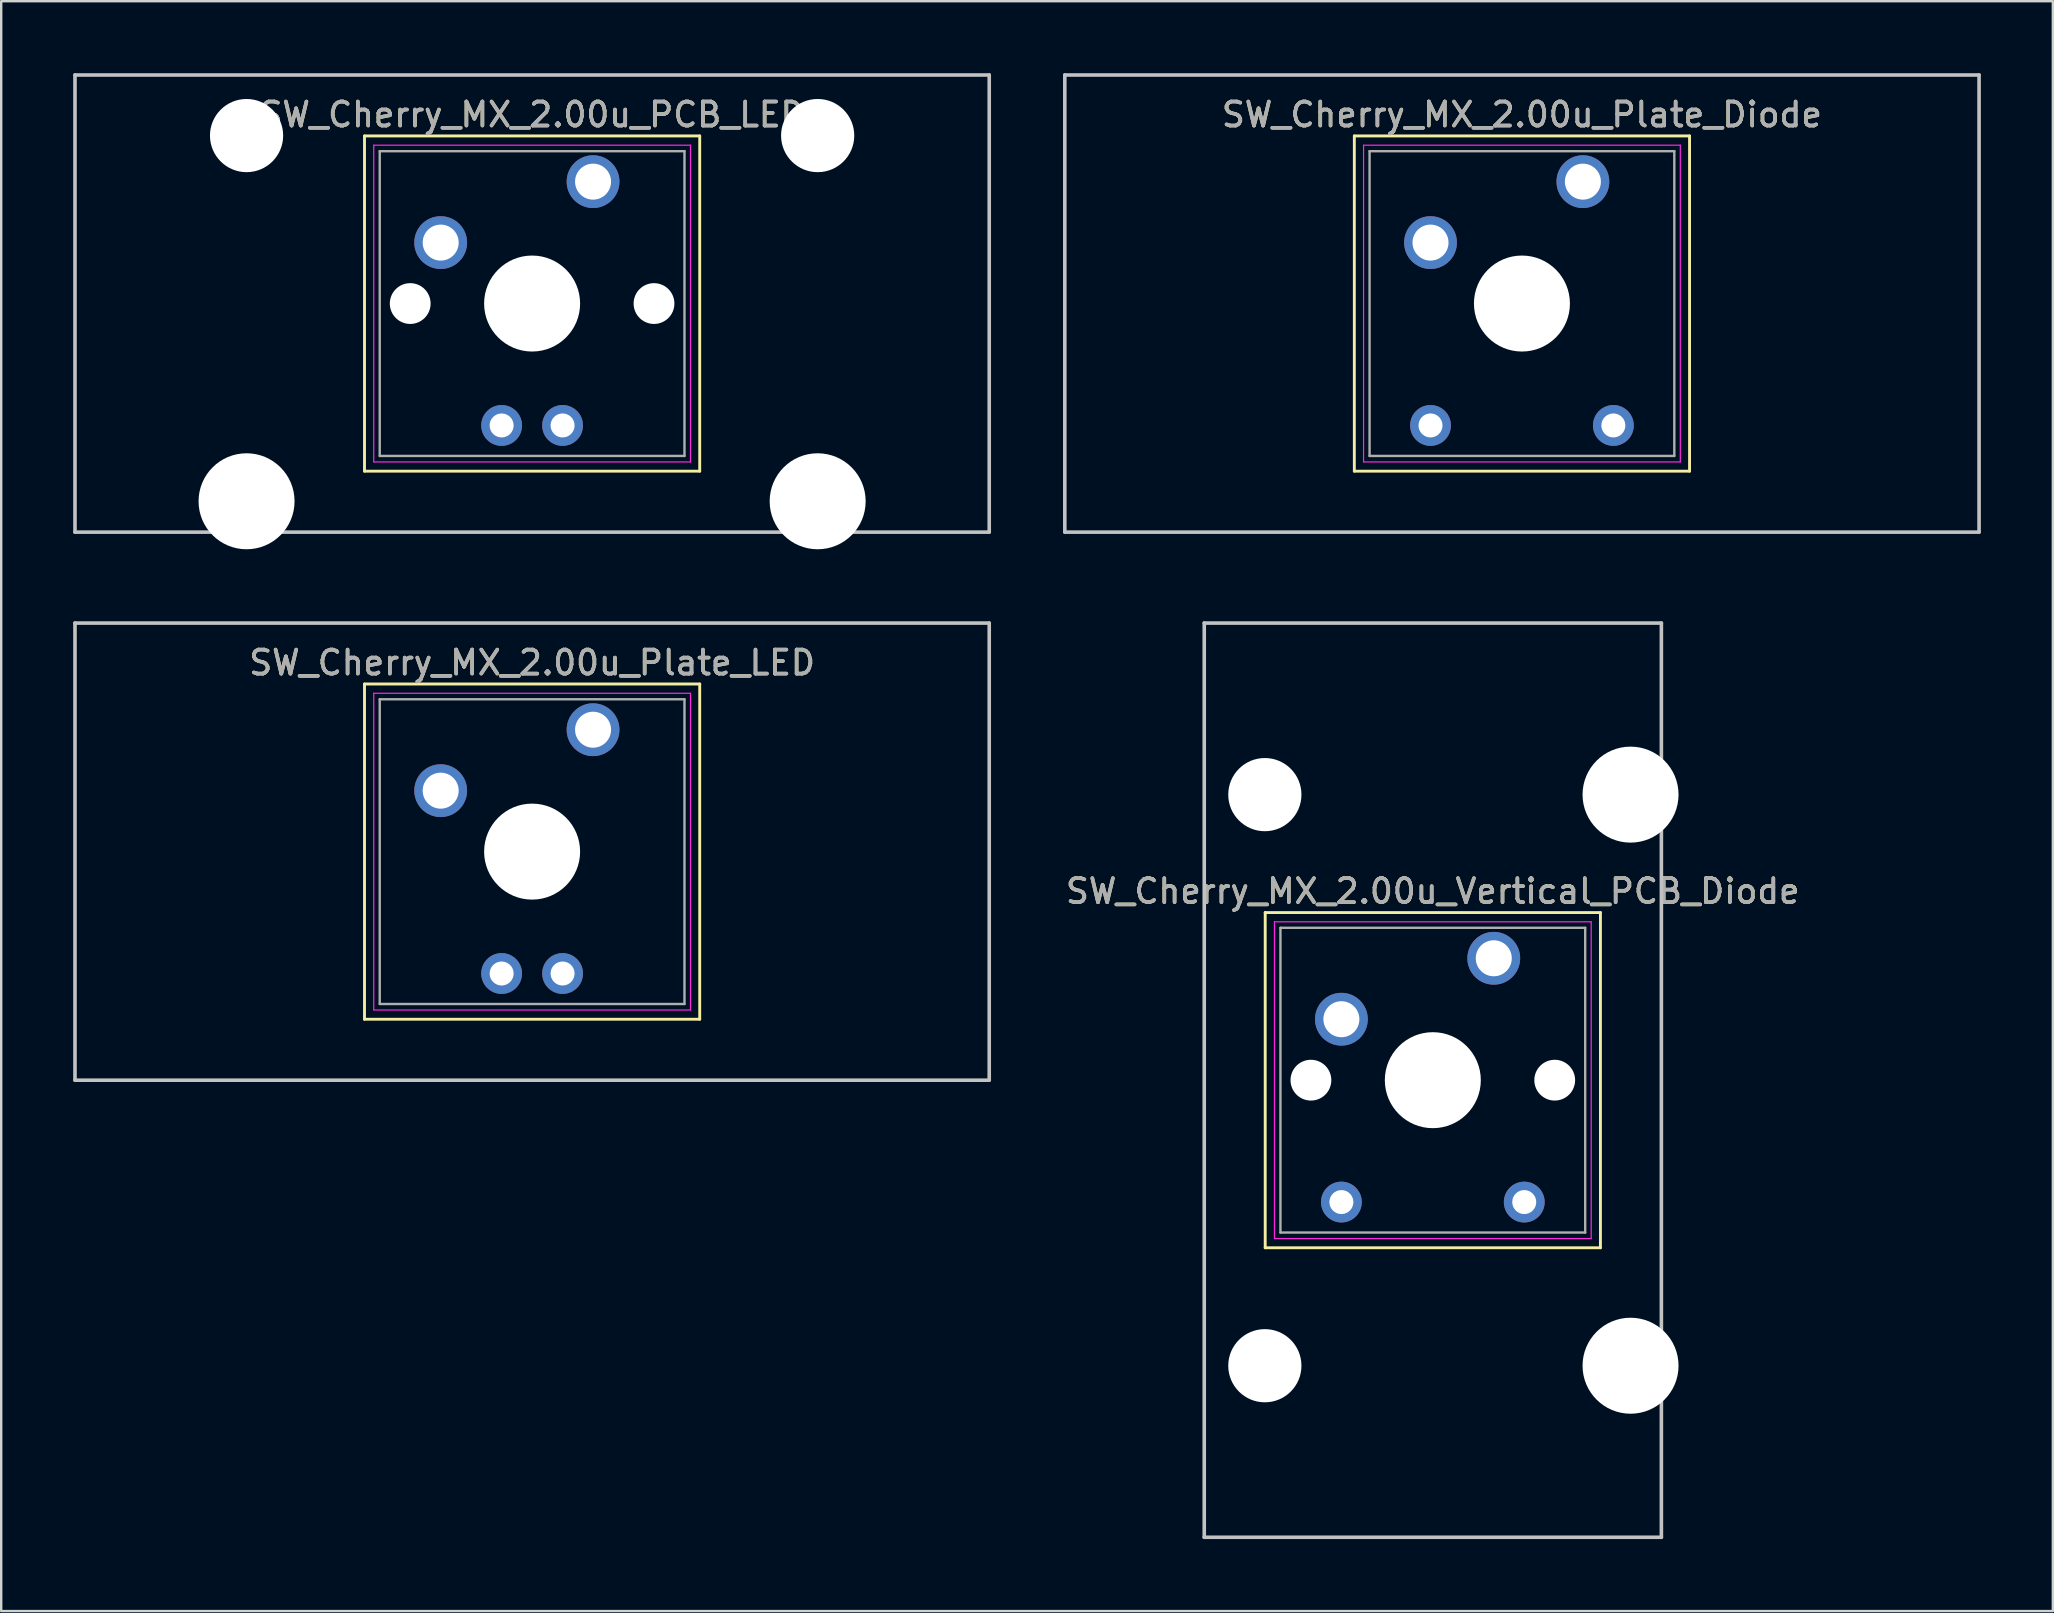
<source format=kicad_pcb>
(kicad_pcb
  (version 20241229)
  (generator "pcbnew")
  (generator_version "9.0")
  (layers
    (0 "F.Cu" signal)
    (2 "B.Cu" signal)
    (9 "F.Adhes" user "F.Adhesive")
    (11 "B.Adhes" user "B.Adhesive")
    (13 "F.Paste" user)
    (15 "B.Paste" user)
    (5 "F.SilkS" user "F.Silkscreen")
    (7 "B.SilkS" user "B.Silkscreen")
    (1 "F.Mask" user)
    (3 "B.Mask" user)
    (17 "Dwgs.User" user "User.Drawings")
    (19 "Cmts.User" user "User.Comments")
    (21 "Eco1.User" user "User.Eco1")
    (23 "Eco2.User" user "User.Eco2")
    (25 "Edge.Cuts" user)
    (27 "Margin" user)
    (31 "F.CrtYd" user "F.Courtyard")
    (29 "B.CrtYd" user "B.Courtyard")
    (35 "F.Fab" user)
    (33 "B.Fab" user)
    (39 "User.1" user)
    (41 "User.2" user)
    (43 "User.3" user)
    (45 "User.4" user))
  (footprint "SW_Cherry_MX_2.00u_Vertical_PCB_Diode"
    (layer "F.Cu")
    (at 59.201 36.885)
    (property "Reference" "SW_Cherry_MX_2.00u_Vertical_PCB_Diode" (at -2.54 -2.794 0) (layer "F.SilkS") (effects (font (size 1 1) (thickness 0.15))))
    (attr through_hole)
    (fp_line (start -9.525 -1.905) (end 4.445 -1.905) (stroke (width 0.12) (type solid)) (layer "F.SilkS"))
    (fp_line (start -9.525 12.065) (end -9.525 -1.905) (stroke (width 0.12) (type solid)) (layer "F.SilkS"))
    (fp_line (start 4.445 -1.905) (end 4.445 12.065) (stroke (width 0.12) (type solid)) (layer "F.SilkS"))
    (fp_line (start 4.445 12.065) (end -9.525 12.065) (stroke (width 0.12) (type solid)) (layer "F.SilkS"))
    (fp_line (start -12.065 -13.97) (end 6.985 -13.97) (stroke (width 0.15) (type solid)) (layer "Dwgs.User"))
    (fp_line (start -12.065 24.13) (end -12.065 -13.97) (stroke (width 0.15) (type solid)) (layer "Dwgs.User"))
    (fp_line (start 6.985 -13.97) (end 6.985 24.13) (stroke (width 0.15) (type solid)) (layer "Dwgs.User"))
    (fp_line (start 6.985 24.13) (end -12.065 24.13) (stroke (width 0.15) (type solid)) (layer "Dwgs.User"))
    (fp_line (start -9.14 -1.52) (end 4.06 -1.52) (stroke (width 0.05) (type solid)) (layer "F.CrtYd"))
    (fp_line (start -9.14 11.68) (end -9.14 -1.52) (stroke (width 0.05) (type solid)) (layer "F.CrtYd"))
    (fp_line (start 4.06 -1.52) (end 4.06 11.68) (stroke (width 0.05) (type solid)) (layer "F.CrtYd"))
    (fp_line (start 4.06 11.68) (end -9.14 11.68) (stroke (width 0.05) (type solid)) (layer "F.CrtYd"))
    (fp_line (start -8.89 -1.27) (end 3.81 -1.27) (stroke (width 0.1) (type solid)) (layer "F.Fab"))
    (fp_line (start -8.89 11.43) (end -8.89 -1.27) (stroke (width 0.1) (type solid)) (layer "F.Fab"))
    (fp_line (start 3.81 -1.27) (end 3.81 11.43) (stroke (width 0.1) (type solid)) (layer "F.Fab"))
    (fp_line (start 3.81 11.43) (end -8.89 11.43) (stroke (width 0.1) (type solid)) (layer "F.Fab"))
    (fp_text user "${REFERENCE}" (at -2.54 -2.794 0) (layer "F.Fab") (effects (font (size 1 1) (thickness 0.15))))
    (pad "" np_thru_hole circle (at -9.54 -6.82) (size 3.05 3.05) (drill 3.05) (layers "*.Cu" "*.Mask"))
    (pad "" np_thru_hole circle (at -9.54 16.98) (size 3.05 3.05) (drill 3.05) (layers "*.Cu" "*.Mask"))
    (pad "" np_thru_hole circle (at -7.62 5.08) (size 1.7 1.7) (drill 1.7) (layers "*.Cu" "*.Mask"))
    (pad "" np_thru_hole circle (at -2.54 5.08) (size 4 4) (drill 4) (layers "*.Cu" "*.Mask"))
    (pad "" np_thru_hole circle (at 2.54 5.08) (size 1.7 1.7) (drill 1.7) (layers "*.Cu" "*.Mask"))
    (pad "" np_thru_hole circle (at 5.7 -6.82) (size 4 4) (drill 4) (layers "*.Cu" "*.Mask"))
    (pad "" np_thru_hole circle (at 5.7 16.98) (size 4 4) (drill 4) (layers "*.Cu" "*.Mask"))
    (pad "1" thru_hole circle (at 0 0) (size 2.2 2.2) (drill 1.5) (layers "*.Cu" "*.Mask"))
    (pad "2" thru_hole circle (at -6.35 2.54) (size 2.2 2.2) (drill 1.5) (layers "*.Cu" "*.Mask"))
    (pad "3" thru_hole circle (at 1.27 10.16) (size 1.7 1.7) (drill 1) (layers "*.Cu" "*.Mask"))
    (pad "4" thru_hole circle (at -6.35 10.16) (size 1.7 1.7) (drill 1) (layers "*.Cu" "*.Mask")))
  (footprint "SW_Cherry_MX_2.00u_Plate_LED"
    (layer "F.Cu")
    (at 21.665 27.36)
    (property "Reference" "SW_Cherry_MX_2.00u_Plate_LED" (at -2.54 -2.794 0) (layer "F.SilkS") (effects (font (size 1 1) (thickness 0.15))))
    (attr through_hole)
    (fp_line (start -9.525 -1.905) (end 4.445 -1.905) (stroke (width 0.12) (type solid)) (layer "F.SilkS"))
    (fp_line (start -9.525 12.065) (end -9.525 -1.905) (stroke (width 0.12) (type solid)) (layer "F.SilkS"))
    (fp_line (start 4.445 -1.905) (end 4.445 12.065) (stroke (width 0.12) (type solid)) (layer "F.SilkS"))
    (fp_line (start 4.445 12.065) (end -9.525 12.065) (stroke (width 0.12) (type solid)) (layer "F.SilkS"))
    (fp_line (start -21.59 -4.445) (end 16.51 -4.445) (stroke (width 0.15) (type solid)) (layer "Dwgs.User"))
    (fp_line (start -21.59 14.605) (end -21.59 -4.445) (stroke (width 0.15) (type solid)) (layer "Dwgs.User"))
    (fp_line (start 16.51 -4.445) (end 16.51 14.605) (stroke (width 0.15) (type solid)) (layer "Dwgs.User"))
    (fp_line (start 16.51 14.605) (end -21.59 14.605) (stroke (width 0.15) (type solid)) (layer "Dwgs.User"))
    (fp_line (start -9.14 -1.52) (end 4.06 -1.52) (stroke (width 0.05) (type solid)) (layer "F.CrtYd"))
    (fp_line (start -9.14 11.68) (end -9.14 -1.52) (stroke (width 0.05) (type solid)) (layer "F.CrtYd"))
    (fp_line (start 4.06 -1.52) (end 4.06 11.68) (stroke (width 0.05) (type solid)) (layer "F.CrtYd"))
    (fp_line (start 4.06 11.68) (end -9.14 11.68) (stroke (width 0.05) (type solid)) (layer "F.CrtYd"))
    (fp_line (start -8.89 -1.27) (end 3.81 -1.27) (stroke (width 0.1) (type solid)) (layer "F.Fab"))
    (fp_line (start -8.89 11.43) (end -8.89 -1.27) (stroke (width 0.1) (type solid)) (layer "F.Fab"))
    (fp_line (start 3.81 -1.27) (end 3.81 11.43) (stroke (width 0.1) (type solid)) (layer "F.Fab"))
    (fp_line (start 3.81 11.43) (end -8.89 11.43) (stroke (width 0.1) (type solid)) (layer "F.Fab"))
    (fp_text user "${REFERENCE}" (at -2.54 -2.794 0) (layer "F.Fab") (effects (font (size 1 1) (thickness 0.15))))
    (pad "" np_thru_hole circle (at -2.54 5.08) (size 4 4) (drill 4) (layers "*.Cu" "*.Mask"))
    (pad "1" thru_hole circle (at 0 0) (size 2.2 2.2) (drill 1.5) (layers "*.Cu" "*.Mask"))
    (pad "2" thru_hole circle (at -6.35 2.54) (size 2.2 2.2) (drill 1.5) (layers "*.Cu" "*.Mask"))
    (pad "3" thru_hole circle (at -1.27 10.16) (size 1.7 1.7) (drill 1) (layers "*.Cu" "*.Mask"))
    (pad "4" thru_hole circle (at -3.81 10.16) (size 1.7 1.7) (drill 1) (layers "*.Cu" "*.Mask")))
  (footprint "SW_Cherry_MX_2.00u_PCB_LED"
    (layer "F.Cu")
    (at 21.665 4.52)
    (property "Reference" "SW_Cherry_MX_2.00u_PCB_LED" (at -2.54 -2.794 0) (layer "F.SilkS") (effects (font (size 1 1) (thickness 0.15))))
    (attr through_hole)
    (fp_line (start -9.525 -1.905) (end 4.445 -1.905) (stroke (width 0.12) (type solid)) (layer "F.SilkS"))
    (fp_line (start -9.525 12.065) (end -9.525 -1.905) (stroke (width 0.12) (type solid)) (layer "F.SilkS"))
    (fp_line (start 4.445 -1.905) (end 4.445 12.065) (stroke (width 0.12) (type solid)) (layer "F.SilkS"))
    (fp_line (start 4.445 12.065) (end -9.525 12.065) (stroke (width 0.12) (type solid)) (layer "F.SilkS"))
    (fp_line (start -21.59 -4.445) (end 16.51 -4.445) (stroke (width 0.15) (type solid)) (layer "Dwgs.User"))
    (fp_line (start -21.59 14.605) (end -21.59 -4.445) (stroke (width 0.15) (type solid)) (layer "Dwgs.User"))
    (fp_line (start 16.51 -4.445) (end 16.51 14.605) (stroke (width 0.15) (type solid)) (layer "Dwgs.User"))
    (fp_line (start 16.51 14.605) (end -21.59 14.605) (stroke (width 0.15) (type solid)) (layer "Dwgs.User"))
    (fp_line (start -9.14 -1.52) (end 4.06 -1.52) (stroke (width 0.05) (type solid)) (layer "F.CrtYd"))
    (fp_line (start -9.14 11.68) (end -9.14 -1.52) (stroke (width 0.05) (type solid)) (layer "F.CrtYd"))
    (fp_line (start 4.06 -1.52) (end 4.06 11.68) (stroke (width 0.05) (type solid)) (layer "F.CrtYd"))
    (fp_line (start 4.06 11.68) (end -9.14 11.68) (stroke (width 0.05) (type solid)) (layer "F.CrtYd"))
    (fp_line (start -8.89 -1.27) (end 3.81 -1.27) (stroke (width 0.1) (type solid)) (layer "F.Fab"))
    (fp_line (start -8.89 11.43) (end -8.89 -1.27) (stroke (width 0.1) (type solid)) (layer "F.Fab"))
    (fp_line (start 3.81 -1.27) (end 3.81 11.43) (stroke (width 0.1) (type solid)) (layer "F.Fab"))
    (fp_line (start 3.81 11.43) (end -8.89 11.43) (stroke (width 0.1) (type solid)) (layer "F.Fab"))
    (fp_text user "${REFERENCE}" (at -2.54 -2.794 0) (layer "F.Fab") (effects (font (size 1 1) (thickness 0.15))))
    (pad "" np_thru_hole circle (at -14.44 -1.92) (size 3.05 3.05) (drill 3.05) (layers "*.Cu" "*.Mask"))
    (pad "" np_thru_hole circle (at -14.44 13.32) (size 4 4) (drill 4) (layers "*.Cu" "*.Mask"))
    (pad "" np_thru_hole circle (at -7.62 5.08) (size 1.7 1.7) (drill 1.7) (layers "*.Cu" "*.Mask"))
    (pad "" np_thru_hole circle (at -2.54 5.08) (size 4 4) (drill 4) (layers "*.Cu" "*.Mask"))
    (pad "" np_thru_hole circle (at 2.54 5.08) (size 1.7 1.7) (drill 1.7) (layers "*.Cu" "*.Mask"))
    (pad "" np_thru_hole circle (at 9.36 -1.92) (size 3.05 3.05) (drill 3.05) (layers "*.Cu" "*.Mask"))
    (pad "" np_thru_hole circle (at 9.36 13.32) (size 4 4) (drill 4) (layers "*.Cu" "*.Mask"))
    (pad "1" thru_hole circle (at 0 0) (size 2.2 2.2) (drill 1.5) (layers "*.Cu" "*.Mask"))
    (pad "2" thru_hole circle (at -6.35 2.54) (size 2.2 2.2) (drill 1.5) (layers "*.Cu" "*.Mask"))
    (pad "3" thru_hole circle (at -1.27 10.16) (size 1.7 1.7) (drill 1) (layers "*.Cu" "*.Mask"))
    (pad "4" thru_hole circle (at -3.81 10.16) (size 1.7 1.7) (drill 1) (layers "*.Cu" "*.Mask")))
  (footprint "SW_Cherry_MX_2.00u_Plate_Diode"
    (layer "F.Cu")
    (at 62.915 4.52)
    (property "Reference" "SW_Cherry_MX_2.00u_Plate_Diode" (at -2.54 -2.794 0) (layer "F.SilkS") (effects (font (size 1 1) (thickness 0.15))))
    (attr through_hole)
    (fp_line (start -9.525 -1.905) (end 4.445 -1.905) (stroke (width 0.12) (type solid)) (layer "F.SilkS"))
    (fp_line (start -9.525 12.065) (end -9.525 -1.905) (stroke (width 0.12) (type solid)) (layer "F.SilkS"))
    (fp_line (start 4.445 -1.905) (end 4.445 12.065) (stroke (width 0.12) (type solid)) (layer "F.SilkS"))
    (fp_line (start 4.445 12.065) (end -9.525 12.065) (stroke (width 0.12) (type solid)) (layer "F.SilkS"))
    (fp_line (start -21.59 -4.445) (end 16.51 -4.445) (stroke (width 0.15) (type solid)) (layer "Dwgs.User"))
    (fp_line (start -21.59 14.605) (end -21.59 -4.445) (stroke (width 0.15) (type solid)) (layer "Dwgs.User"))
    (fp_line (start 16.51 -4.445) (end 16.51 14.605) (stroke (width 0.15) (type solid)) (layer "Dwgs.User"))
    (fp_line (start 16.51 14.605) (end -21.59 14.605) (stroke (width 0.15) (type solid)) (layer "Dwgs.User"))
    (fp_line (start -9.14 -1.52) (end 4.06 -1.52) (stroke (width 0.05) (type solid)) (layer "F.CrtYd"))
    (fp_line (start -9.14 11.68) (end -9.14 -1.52) (stroke (width 0.05) (type solid)) (layer "F.CrtYd"))
    (fp_line (start 4.06 -1.52) (end 4.06 11.68) (stroke (width 0.05) (type solid)) (layer "F.CrtYd"))
    (fp_line (start 4.06 11.68) (end -9.14 11.68) (stroke (width 0.05) (type solid)) (layer "F.CrtYd"))
    (fp_line (start -8.89 -1.27) (end 3.81 -1.27) (stroke (width 0.1) (type solid)) (layer "F.Fab"))
    (fp_line (start -8.89 11.43) (end -8.89 -1.27) (stroke (width 0.1) (type solid)) (layer "F.Fab"))
    (fp_line (start 3.81 -1.27) (end 3.81 11.43) (stroke (width 0.1) (type solid)) (layer "F.Fab"))
    (fp_line (start 3.81 11.43) (end -8.89 11.43) (stroke (width 0.1) (type solid)) (layer "F.Fab"))
    (fp_text user "${REFERENCE}" (at -2.54 -2.794 0) (layer "F.Fab") (effects (font (size 1 1) (thickness 0.15))))
    (pad "" np_thru_hole circle (at -2.54 5.08) (size 4 4) (drill 4) (layers "*.Cu" "*.Mask"))
    (pad "1" thru_hole circle (at 0 0) (size 2.2 2.2) (drill 1.5) (layers "*.Cu" "*.Mask"))
    (pad "2" thru_hole circle (at -6.35 2.54) (size 2.2 2.2) (drill 1.5) (layers "*.Cu" "*.Mask"))
    (pad "3" thru_hole circle (at 1.27 10.16) (size 1.7 1.7) (drill 1) (layers "*.Cu" "*.Mask"))
    (pad "4" thru_hole circle (at -6.35 10.16) (size 1.7 1.7) (drill 1) (layers "*.Cu" "*.Mask")))
  (gr_rect
    (start -3 -3)
    (end 82.5 64.09)
    (stroke (width 0.1) (type default))
    (fill no)
    (layer "Edge.Cuts")))
</source>
